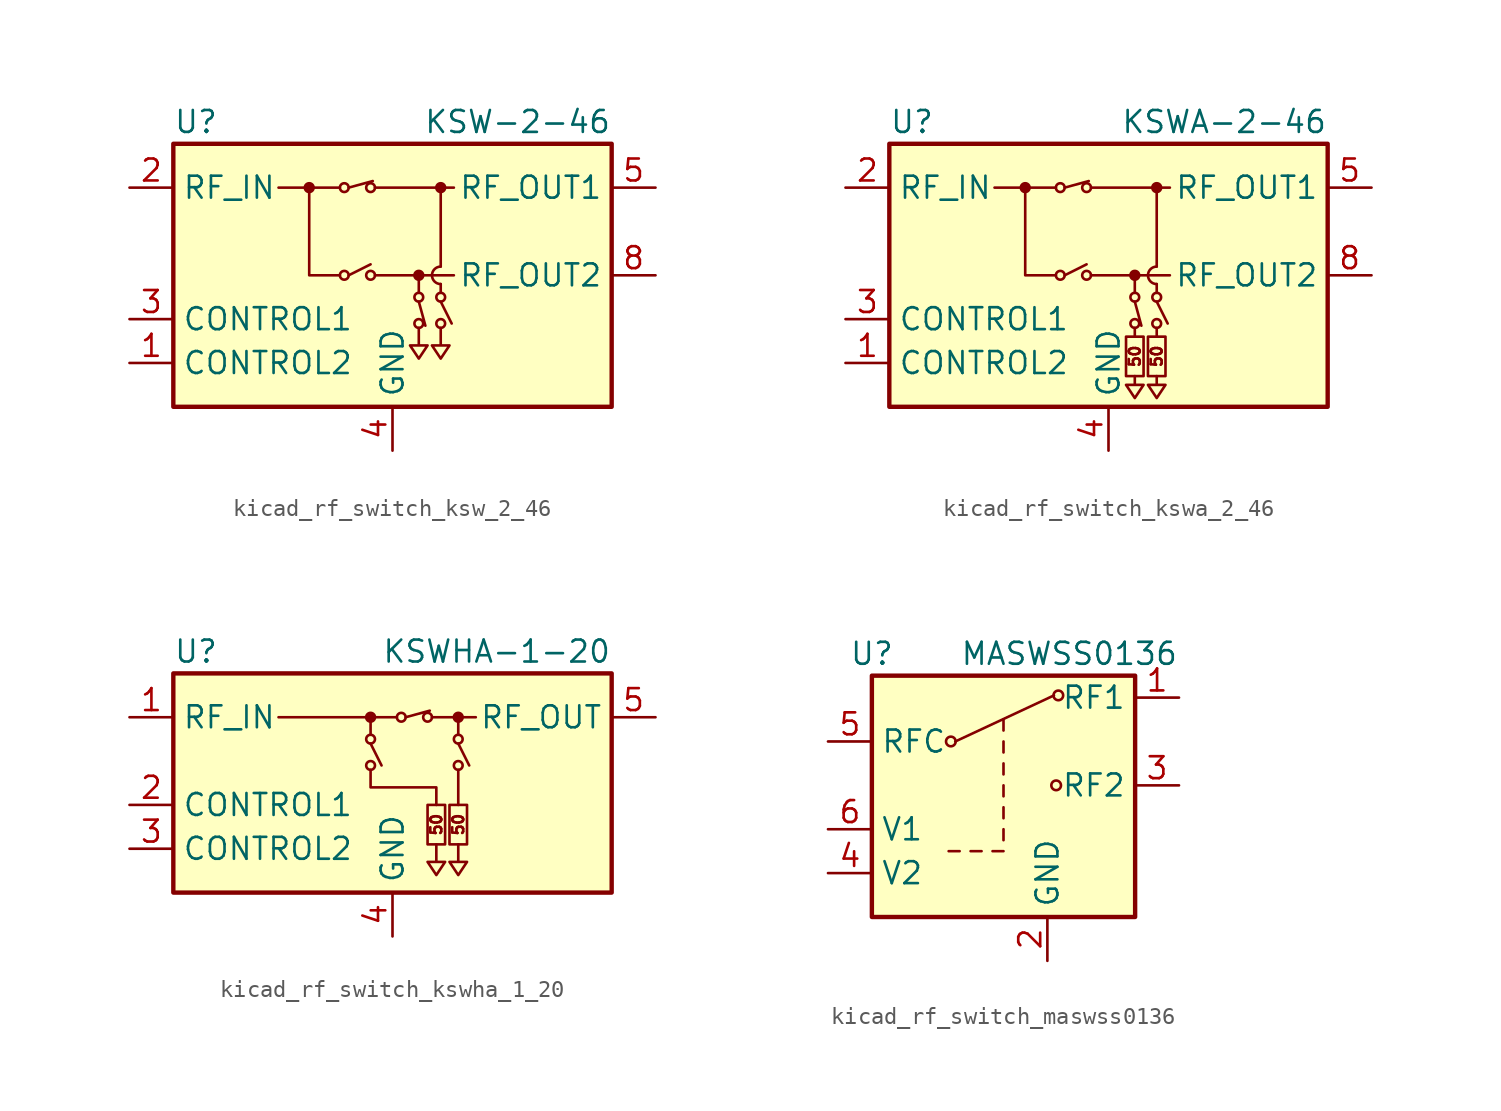
<source format=kicad_sym>
(kicad_symbol_lib
  (version 20220914)
  (generator kicad_symbol_editor)
  (symbol "kicad_rf_switch_ksw_2_46"
    (property "Reference" "U"
      (at -12.7 8.89 0)
      (effects (font (size 1.27 1.27)) (justify left)))
    (property "Value" "KSW-2-46"
      (at 12.7 8.89 0)
      (effects (font (size 1.27 1.27)) (justify right)))
    (symbol "kicad_rf_switch_ksw_2_46_0_1"
      (rectangle (start -12.7 7.62) (end 12.7 -7.62) (stroke (width 0.254) (type default)) (fill (type background)))
      (circle (center -4.826 5.08) (radius 0.254) (stroke (width 0) (type default)) (fill (type outline)))
      (circle (center -2.794 0) (radius 0.254) (stroke (width 0) (type default)) (fill (type none)))
      (circle (center -2.794 5.08) (radius 0.254) (stroke (width 0) (type default)) (fill (type none)))
      (circle (center -1.27 0) (radius 0.254) (stroke (width 0) (type default)) (fill (type none)))
      (circle (center -1.27 5.08) (radius 0.254) (stroke (width 0) (type default)) (fill (type none)))
      (polyline (pts (xy -3.048 5.08) (xy -6.604 5.08)) (stroke (width 0) (type default)) (fill (type none)))
      (polyline (pts (xy -2.54 0) (xy -1.27 0.635)) (stroke (width 0) (type default)) (fill (type none)))
      (polyline (pts (xy -2.54 5.08) (xy -1.143 5.461)) (stroke (width 0) (type default)) (fill (type none)))
      (polyline (pts (xy -1.016 0) (xy 3.556 0)) (stroke (width 0) (type default)) (fill (type none)))
      (polyline (pts (xy -1.016 5.08) (xy 3.556 5.08)) (stroke (width 0) (type default)) (fill (type none)))
      (polyline (pts (xy 1.524 -1.524) (xy 1.905 -2.921)) (stroke (width 0) (type default)) (fill (type none)))
      (polyline (pts (xy 1.524 -1.016) (xy 1.524 0)) (stroke (width 0) (type default)) (fill (type none)))
      (polyline (pts (xy 2.794 -1.524) (xy 3.429 -2.794)) (stroke (width 0) (type default)) (fill (type none)))
      (polyline (pts (xy 2.794 -0.508) (xy 2.794 -1.016)) (stroke (width 0) (type default)) (fill (type none)))
      (polyline (pts (xy 2.794 5.08) (xy 2.794 0.508)) (stroke (width 0) (type default)) (fill (type none)))
      (polyline (pts (xy -4.826 5.08) (xy -4.826 0) (xy -3.048 0)) (stroke (width 0) (type default)) (fill (type none)))
      (polyline (pts (xy 1.524 -3.048) (xy 1.524 -4.064) (xy 1.016 -4.064) (xy 1.524 -4.826) (xy 2.032 -4.064) (xy 1.524 -4.064)) (stroke (width 0) (type default)) (fill (type none)))
      (polyline (pts (xy 2.794 -3.048) (xy 2.794 -4.064) (xy 2.286 -4.064) (xy 2.794 -4.826) (xy 3.302 -4.064) (xy 2.794 -4.064)) (stroke (width 0) (type default)) (fill (type none)))
      (circle (center 1.524 -2.794) (radius 0.254) (stroke (width 0) (type default)) (fill (type none)))
      (circle (center 1.524 -1.27) (radius 0.254) (stroke (width 0) (type default)) (fill (type none)))
      (circle (center 1.524 0) (radius 0.254) (stroke (width 0) (type default)) (fill (type outline)))
      (circle (center 2.794 -2.794) (radius 0.254) (stroke (width 0) (type default)) (fill (type none)))
      (circle (center 2.794 -1.27) (radius 0.254) (stroke (width 0) (type default)) (fill (type none)))
      (arc (start 2.794 0.508) (mid 2.2882 0) (end 2.794 -0.508) (stroke (width 0) (type default)) (fill (type none)))
      (circle (center 2.794 5.08) (radius 0.254) (stroke (width 0) (type default)) (fill (type outline))))
    (symbol "kicad_rf_switch_ksw_2_46_1_1"
      (pin input line (at -15.24 -5.08 0) (length 2.54) (name "CONTROL2" (effects (font (size 1.27 1.27)))) (number "1" (effects (font (size 1.27 1.27)))))
      (pin passive line (at -15.24 5.08 0) (length 2.54) (name "RF_IN" (effects (font (size 1.27 1.27)))) (number "2" (effects (font (size 1.27 1.27)))))
      (pin input line (at -15.24 -2.54 0) (length 2.54) (name "CONTROL1" (effects (font (size 1.27 1.27)))) (number "3" (effects (font (size 1.27 1.27)))))
      (pin power_in line (at 0 -10.16 90) (length 2.54) (name "GND" (effects (font (size 1.27 1.27)))) (number "4" (effects (font (size 1.27 1.27)))))
      (pin passive line (at 15.24 5.08 180) (length 2.54) (name "RF_OUT1" (effects (font (size 1.27 1.27)))) (number "5" (effects (font (size 1.27 1.27)))))
      (pin passive line (at 0 -10.16 90) (length 2.54) hide (name "GND" (effects (font (size 1.27 1.27)))) (number "6" (effects (font (size 1.27 1.27)))))
      (pin passive line (at 0 -10.16 90) (length 2.54) hide (name "GND" (effects (font (size 1.27 1.27)))) (number "7" (effects (font (size 1.27 1.27)))))
      (pin passive line (at 15.24 0 180) (length 2.54) (name "RF_OUT2" (effects (font (size 1.27 1.27)))) (number "8" (effects (font (size 1.27 1.27)))))))
  (symbol "kicad_rf_switch_kswa_2_46"
    (property "Reference" "U"
      (at -12.7 8.89 0)
      (effects (font (size 1.27 1.27)) (justify left)))
    (property "Value" "KSWA-2-46"
      (at 12.7 8.89 0)
      (effects (font (size 1.27 1.27)) (justify right)))
    (symbol "kicad_rf_switch_kswa_2_46_0_0"
      (text "50" (at 1.524 -4.699 900) (effects (font (size 0.635 0.635))))
      (text "50" (at 2.794 -4.699 900) (effects (font (size 0.635 0.635)))))
    (symbol "kicad_rf_switch_kswa_2_46_0_1"
      (rectangle (start -12.7 7.62) (end 12.7 -7.62) (stroke (width 0.254) (type default)) (fill (type background)))
      (circle (center -4.826 5.08) (radius 0.254) (stroke (width 0) (type default)) (fill (type outline)))
      (circle (center -2.794 0) (radius 0.254) (stroke (width 0) (type default)) (fill (type none)))
      (circle (center -2.794 5.08) (radius 0.254) (stroke (width 0) (type default)) (fill (type none)))
      (circle (center -1.27 0) (radius 0.254) (stroke (width 0) (type default)) (fill (type none)))
      (circle (center -1.27 5.08) (radius 0.254) (stroke (width 0) (type default)) (fill (type none)))
      (polyline (pts (xy -3.048 5.08) (xy -6.604 5.08)) (stroke (width 0) (type default)) (fill (type none)))
      (polyline (pts (xy -2.54 0) (xy -1.27 0.635)) (stroke (width 0) (type default)) (fill (type none)))
      (polyline (pts (xy -2.54 5.08) (xy -1.143 5.461)) (stroke (width 0) (type default)) (fill (type none)))
      (polyline (pts (xy -1.016 0) (xy 3.556 0)) (stroke (width 0) (type default)) (fill (type none)))
      (polyline (pts (xy -1.016 5.08) (xy 3.556 5.08)) (stroke (width 0) (type default)) (fill (type none)))
      (polyline (pts (xy 1.524 -3.048) (xy 1.524 -3.556)) (stroke (width 0) (type default)) (fill (type none)))
      (polyline (pts (xy 1.524 -1.524) (xy 1.905 -2.921)) (stroke (width 0) (type default)) (fill (type none)))
      (polyline (pts (xy 1.524 -1.016) (xy 1.524 0)) (stroke (width 0) (type default)) (fill (type none)))
      (polyline (pts (xy 2.794 -3.048) (xy 2.794 -3.556)) (stroke (width 0) (type default)) (fill (type none)))
      (polyline (pts (xy 2.794 -1.524) (xy 3.429 -2.794)) (stroke (width 0) (type default)) (fill (type none)))
      (polyline (pts (xy 2.794 -0.508) (xy 2.794 -1.016)) (stroke (width 0) (type default)) (fill (type none)))
      (polyline (pts (xy 2.794 5.08) (xy 2.794 0.508)) (stroke (width 0) (type default)) (fill (type none)))
      (polyline (pts (xy -4.826 5.08) (xy -4.826 0) (xy -3.048 0)) (stroke (width 0) (type default)) (fill (type none)))
      (polyline (pts (xy 1.524 -5.842) (xy 1.524 -6.35) (xy 1.016 -6.35) (xy 1.524 -7.112) (xy 2.032 -6.35) (xy 1.524 -6.35)) (stroke (width 0) (type default)) (fill (type none)))
      (polyline (pts (xy 2.794 -5.842) (xy 2.794 -6.35) (xy 2.286 -6.35) (xy 2.794 -7.112) (xy 3.302 -6.35) (xy 2.794 -6.35)) (stroke (width 0) (type default)) (fill (type none)))
      (rectangle (start 1.016 -3.556) (end 2.032 -5.842) (stroke (width 0) (type default)) (fill (type none)))
      (circle (center 1.524 -2.794) (radius 0.254) (stroke (width 0) (type default)) (fill (type none)))
      (circle (center 1.524 -1.27) (radius 0.254) (stroke (width 0) (type default)) (fill (type none)))
      (circle (center 1.524 0) (radius 0.254) (stroke (width 0) (type default)) (fill (type outline)))
      (rectangle (start 2.286 -3.556) (end 3.302 -5.842) (stroke (width 0) (type default)) (fill (type none)))
      (circle (center 2.794 -2.794) (radius 0.254) (stroke (width 0) (type default)) (fill (type none)))
      (circle (center 2.794 -1.27) (radius 0.254) (stroke (width 0) (type default)) (fill (type none)))
      (arc (start 2.794 0.508) (mid 2.2882 0) (end 2.794 -0.508) (stroke (width 0) (type default)) (fill (type none)))
      (circle (center 2.794 5.08) (radius 0.254) (stroke (width 0) (type default)) (fill (type outline))))
    (symbol "kicad_rf_switch_kswa_2_46_1_1"
      (pin input line (at -15.24 -5.08 0) (length 2.54) (name "CONTROL2" (effects (font (size 1.27 1.27)))) (number "1" (effects (font (size 1.27 1.27)))))
      (pin passive line (at -15.24 5.08 0) (length 2.54) (name "RF_IN" (effects (font (size 1.27 1.27)))) (number "2" (effects (font (size 1.27 1.27)))))
      (pin input line (at -15.24 -2.54 0) (length 2.54) (name "CONTROL1" (effects (font (size 1.27 1.27)))) (number "3" (effects (font (size 1.27 1.27)))))
      (pin power_in line (at 0 -10.16 90) (length 2.54) (name "GND" (effects (font (size 1.27 1.27)))) (number "4" (effects (font (size 1.27 1.27)))))
      (pin passive line (at 15.24 5.08 180) (length 2.54) (name "RF_OUT1" (effects (font (size 1.27 1.27)))) (number "5" (effects (font (size 1.27 1.27)))))
      (pin passive line (at 0 -10.16 90) (length 2.54) hide (name "GND" (effects (font (size 1.27 1.27)))) (number "6" (effects (font (size 1.27 1.27)))))
      (pin passive line (at 0 -10.16 90) (length 2.54) hide (name "GND" (effects (font (size 1.27 1.27)))) (number "7" (effects (font (size 1.27 1.27)))))
      (pin passive line (at 15.24 0 180) (length 2.54) (name "RF_OUT2" (effects (font (size 1.27 1.27)))) (number "8" (effects (font (size 1.27 1.27)))))))
  (symbol "kicad_rf_switch_kswha_1_20"
    (property "Reference" "U"
      (at -12.7 6.35 0)
      (effects (font (size 1.27 1.27)) (justify left)))
    (property "Value" "KSWHA-1-20"
      (at 12.7 6.35 0)
      (effects (font (size 1.27 1.27)) (justify right)))
    (symbol "kicad_rf_switch_kswha_1_20_0_1"
      (rectangle (start -12.7 5.08) (end 12.7 -7.62) (stroke (width 0.254) (type default)) (fill (type background)))
      (polyline (pts (xy -1.27 -0.508) (xy -1.27 -1.524) (xy 2.54 -1.524) (xy 2.54 -2.54)) (stroke (width 0) (type default)) (fill (type none))))
    (symbol "kicad_rf_switch_kswha_1_20_1_0"
      (text "50" (at 2.54 -3.683 900) (effects (font (size 0.635 0.635))))
      (text "50" (at 3.81 -3.683 900) (effects (font (size 0.635 0.635)))))
    (symbol "kicad_rf_switch_kswha_1_20_1_1"
      (circle (center -1.27 -0.254) (radius 0.254) (stroke (width 0) (type default)) (fill (type none)))
      (circle (center -1.27 1.27) (radius 0.254) (stroke (width 0) (type default)) (fill (type none)))
      (circle (center -1.27 2.54) (radius 0.254) (stroke (width 0) (type default)) (fill (type outline)))
      (polyline (pts (xy -6.604 2.54) (xy 0.254 2.54)) (stroke (width 0) (type default)) (fill (type none)))
      (polyline (pts (xy -1.27 1.016) (xy -0.635 -0.254)) (stroke (width 0) (type default)) (fill (type none)))
      (polyline (pts (xy -1.27 2.54) (xy -1.27 1.524)) (stroke (width 0) (type default)) (fill (type none)))
      (polyline (pts (xy 0.762 2.54) (xy 2.159 2.921)) (stroke (width 0) (type default)) (fill (type none)))
      (polyline (pts (xy 2.286 2.54) (xy 4.826 2.54)) (stroke (width 0) (type default)) (fill (type none)))
      (polyline (pts (xy 3.81 -0.508) (xy 3.81 -2.54)) (stroke (width 0) (type default)) (fill (type none)))
      (polyline (pts (xy 3.81 1.016) (xy 4.445 -0.254)) (stroke (width 0) (type default)) (fill (type none)))
      (polyline (pts (xy 3.81 2.54) (xy 3.81 1.524)) (stroke (width 0) (type default)) (fill (type none)))
      (polyline (pts (xy 2.54 -4.826) (xy 2.54 -5.842) (xy 2.032 -5.842) (xy 2.54 -6.604) (xy 3.048 -5.842) (xy 2.54 -5.842)) (stroke (width 0) (type default)) (fill (type none)))
      (polyline (pts (xy 3.81 -4.826) (xy 3.81 -5.842) (xy 3.302 -5.842) (xy 3.81 -6.604) (xy 4.318 -5.842) (xy 3.81 -5.842)) (stroke (width 0) (type default)) (fill (type none)))
      (circle (center 0.508 2.54) (radius 0.254) (stroke (width 0) (type default)) (fill (type none)))
      (rectangle (start 2.032 -2.54) (end 3.048 -4.826) (stroke (width 0) (type default)) (fill (type none)))
      (circle (center 2.032 2.54) (radius 0.254) (stroke (width 0) (type default)) (fill (type none)))
      (rectangle (start 3.302 -2.54) (end 4.318 -4.826) (stroke (width 0) (type default)) (fill (type none)))
      (circle (center 3.81 -0.254) (radius 0.254) (stroke (width 0) (type default)) (fill (type none)))
      (circle (center 3.81 1.27) (radius 0.254) (stroke (width 0) (type default)) (fill (type none)))
      (circle (center 3.81 2.54) (radius 0.254) (stroke (width 0) (type default)) (fill (type outline)))
      (pin passive line (at -15.24 2.54 0) (length 2.54) (name "RF_IN" (effects (font (size 1.27 1.27)))) (number "1" (effects (font (size 1.27 1.27)))))
      (pin input line (at -15.24 -2.54 0) (length 2.54) (name "CONTROL1" (effects (font (size 1.27 1.27)))) (number "2" (effects (font (size 1.27 1.27)))))
      (pin input line (at -15.24 -5.08 0) (length 2.54) (name "CONTROL2" (effects (font (size 1.27 1.27)))) (number "3" (effects (font (size 1.27 1.27)))))
      (pin power_in line (at 0 -10.16 90) (length 2.54) (name "GND" (effects (font (size 1.27 1.27)))) (number "4" (effects (font (size 1.27 1.27)))))
      (pin passive line (at 15.24 2.54 180) (length 2.54) (name "RF_OUT" (effects (font (size 1.27 1.27)))) (number "5" (effects (font (size 1.27 1.27)))))
      (pin passive line (at 0 -10.16 90) (length 2.54) hide (name "GND" (effects (font (size 1.27 1.27)))) (number "6" (effects (font (size 1.27 1.27)))))
      (pin passive line (at 0 -10.16 90) (length 2.54) hide (name "GND" (effects (font (size 1.27 1.27)))) (number "7" (effects (font (size 1.27 1.27)))))
      (pin passive line (at 0 -10.16 90) (length 2.54) hide (name "GND" (effects (font (size 1.27 1.27)))) (number "8" (effects (font (size 1.27 1.27)))))))
  (symbol "kicad_rf_switch_maswss0136"
    (property "Reference" "U"
      (at -7.62 7.62 0)
      (effects (font (size 1.27 1.27))))
    (property "Value" "MASWSS0136"
      (at 3.81 7.62 0)
      (effects (font (size 1.27 1.27))))
    (symbol "kicad_rf_switch_maswss0136_0_1"
      (circle (center -3.048 2.54) (radius 0.279) (stroke (width 0) (type default)) (fill (type none)))
      (polyline (pts (xy -3.175 -3.81) (xy -2.54 -3.81)) (stroke (width 0) (type default)) (fill (type none)))
      (polyline (pts (xy -2.794 2.54) (xy 2.921 5.207)) (stroke (width 0) (type default)) (fill (type none)))
      (polyline (pts (xy -1.905 -3.81) (xy -1.27 -3.81)) (stroke (width 0) (type default)) (fill (type none)))
      (polyline (pts (xy -0.635 -3.81) (xy 0 -3.81)) (stroke (width 0) (type default)) (fill (type none)))
      (polyline (pts (xy 0 -3.175) (xy 0 -2.54)) (stroke (width 0) (type default)) (fill (type none)))
      (polyline (pts (xy 0 -1.905) (xy 0 -1.27)) (stroke (width 0) (type default)) (fill (type none)))
      (polyline (pts (xy 0 -0.635) (xy 0 0)) (stroke (width 0) (type default)) (fill (type none)))
      (polyline (pts (xy 0 0.635) (xy 0 1.27)) (stroke (width 0) (type default)) (fill (type none)))
      (polyline (pts (xy 0 1.905) (xy 0 2.54)) (stroke (width 0) (type default)) (fill (type none)))
      (polyline (pts (xy 0 3.175) (xy 0 3.81)) (stroke (width 0) (type default)) (fill (type none)))
      (circle (center 3.048 0) (radius 0.279) (stroke (width 0) (type default)) (fill (type none)))
      (circle (center 3.175 5.207) (radius 0.279) (stroke (width 0) (type default)) (fill (type none)))
      (rectangle (start 7.62 -7.62) (end -7.62 6.35) (stroke (width 0.254) (type default)) (fill (type background))))
    (symbol "kicad_rf_switch_maswss0136_1_1"
      (pin passive line (at 10.16 5.08 180) (length 2.54) (name "RF1" (effects (font (size 1.27 1.27)))) (number "1" (effects (font (size 1.27 1.27)))))
      (pin power_in line (at 2.54 -10.16 90) (length 2.54) (name "GND" (effects (font (size 1.27 1.27)))) (number "2" (effects (font (size 1.27 1.27)))))
      (pin passive line (at 10.16 0 180) (length 2.54) (name "RF2" (effects (font (size 1.27 1.27)))) (number "3" (effects (font (size 1.27 1.27)))))
      (pin input line (at -10.16 -5.08 0) (length 2.54) (name "V2" (effects (font (size 1.27 1.27)))) (number "4" (effects (font (size 1.27 1.27)))))
      (pin passive line (at -10.16 2.54 0) (length 2.54) (name "RFC" (effects (font (size 1.27 1.27)))) (number "5" (effects (font (size 1.27 1.27)))))
      (pin input line (at -10.16 -2.54 0) (length 2.54) (name "V1" (effects (font (size 1.27 1.27)))) (number "6" (effects (font (size 1.27 1.27))))))))
</source>
